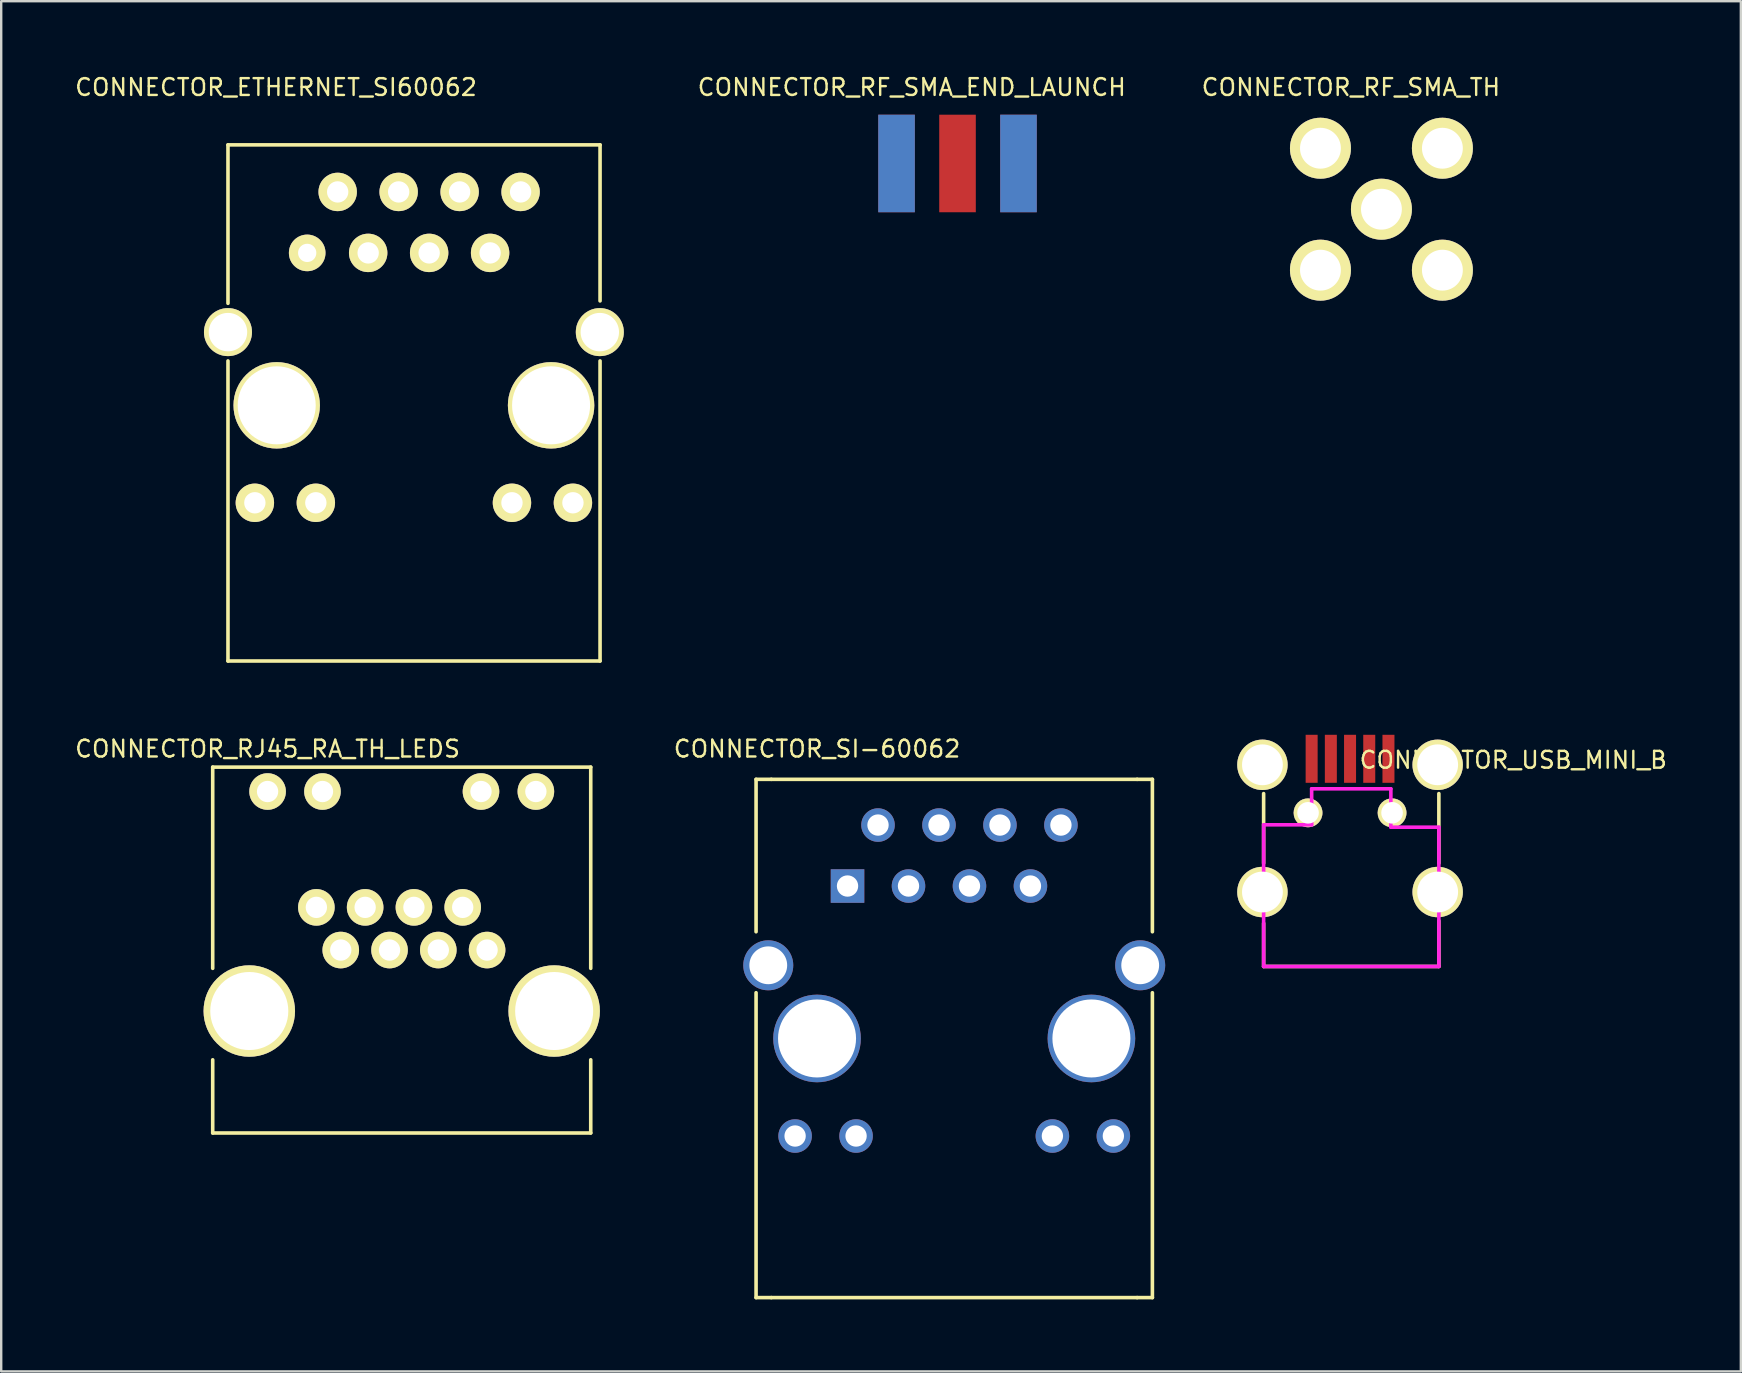
<source format=kicad_pcb>
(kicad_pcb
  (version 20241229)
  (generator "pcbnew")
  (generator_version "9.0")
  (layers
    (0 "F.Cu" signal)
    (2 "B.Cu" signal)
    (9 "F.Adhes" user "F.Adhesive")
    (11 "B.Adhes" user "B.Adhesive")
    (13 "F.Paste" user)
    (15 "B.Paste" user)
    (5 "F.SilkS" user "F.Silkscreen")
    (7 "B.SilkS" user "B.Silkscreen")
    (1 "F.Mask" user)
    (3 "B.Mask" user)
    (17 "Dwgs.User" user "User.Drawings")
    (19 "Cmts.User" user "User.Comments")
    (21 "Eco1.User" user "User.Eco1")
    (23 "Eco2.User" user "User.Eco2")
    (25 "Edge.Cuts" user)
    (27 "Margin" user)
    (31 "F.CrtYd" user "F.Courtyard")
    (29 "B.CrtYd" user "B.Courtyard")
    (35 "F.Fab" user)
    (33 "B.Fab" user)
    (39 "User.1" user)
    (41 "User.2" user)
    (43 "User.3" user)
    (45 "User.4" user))
  (footprint "CONNECTOR_RF_SMA_END_LAUNCH"
    (layer "F.Cu")
    (at 36.838 3.76)
    (property "Reference" "CONNECTOR_RF_SMA_END_LAUNCH" (at -1.905 -3.175 0) (layer "F.SilkS") (effects (font (size 0.7 0.7) (thickness 0.1))))
    (attr through_hole)
    (pad "1" smd rect (at 0 0) (size 1.524 4.064) (layers "F.Cu" "F.Mask" "F.Paste"))
    (pad "2" smd rect (at -2.54 0) (size 1.524 4.064) (layers "F.Cu" "F.Mask" "F.Paste"))
    (pad "3" smd rect (at 2.54 0) (size 1.524 4.064) (layers "F.Cu" "F.Mask" "F.Paste"))
    (pad "4" smd rect (at 2.54 0) (size 1.524 4.064) (layers "F.Mask" "B.Cu" "F.Paste"))
    (pad "5" smd rect (at -2.54 0) (size 1.524 4.064) (layers "F.Mask" "B.Cu" "F.Paste")))
  (footprint "CONNECTOR_USB_MINI_B"
    (layer "F.Cu")
    (at 53.19 30.81)
    (property "Reference" "CONNECTOR_USB_MINI_B" (at 6.8 -2.2 0) (layer "F.SilkS") (effects (font (size 0.7 0.7) (thickness 0.1))))
    (attr through_hole)
    (fp_line (start -3.6 2.1) (end -3.6 -0.8) (stroke (width 0.15) (type solid)) (layer "F.SilkS"))
    (fp_line (start -3.6 4.6) (end -3.6 6.4) (stroke (width 0.15) (type solid)) (layer "F.SilkS"))
    (fp_line (start -3.6 6.4) (end 3.7 6.4) (stroke (width 0.15) (type solid)) (layer "F.SilkS"))
    (fp_line (start 3.7 2.1) (end 3.7 -0.8) (stroke (width 0.15) (type solid)) (layer "F.SilkS"))
    (fp_line (start 3.7 6.4) (end 3.7 4.5) (stroke (width 0.15) (type solid)) (layer "F.SilkS"))
    (fp_line (start -3.6 0.5) (end -3.6 6.4) (stroke (width 0.15) (type solid)) (layer "F.CrtYd"))
    (fp_line (start -3.6 6.4) (end 3.7 6.4) (stroke (width 0.15) (type solid)) (layer "F.CrtYd"))
    (fp_line (start -1.6 -1) (end -1.6 0.5) (stroke (width 0.15) (type solid)) (layer "F.CrtYd"))
    (fp_line (start -1.6 0.5) (end -3.6 0.5) (stroke (width 0.15) (type solid)) (layer "F.CrtYd"))
    (fp_line (start 1.7 -1) (end -1.6 -1) (stroke (width 0.15) (type solid)) (layer "F.CrtYd"))
    (fp_line (start 1.7 0.6) (end 1.7 -1) (stroke (width 0.15) (type solid)) (layer "F.CrtYd"))
    (fp_line (start 3.7 0.6) (end 1.7 0.6) (stroke (width 0.15) (type solid)) (layer "F.CrtYd"))
    (fp_line (start 3.7 0.6) (end 3.7 6.4) (stroke (width 0.15) (type solid)) (layer "F.CrtYd"))
    (pad "1" smd rect (at -1.6 -2.25) (size 0.5 2) (layers "F.Cu" "F.Mask" "F.Paste"))
    (pad "2" smd rect (at -0.8 -2.25) (size 0.5 2) (layers "F.Cu" "F.Mask" "F.Paste"))
    (pad "3" smd rect (at 0 -2.25) (size 0.5 2) (layers "F.Cu" "F.Mask" "F.Paste"))
    (pad "4" smd rect (at 0.8 -2.25) (size 0.5 2) (layers "F.Cu" "F.Mask" "F.Paste"))
    (pad "5" smd rect (at 1.6 -2.25) (size 0.5 2) (layers "F.Cu" "F.Mask" "F.Paste"))
    (pad "6" thru_hole circle (at -3.65 -2) (size 2.1 2.1) (drill 1.7) (layers "*.Cu" "*.Mask" "F.SilkS"))
    (pad "7" thru_hole circle (at 3.65 -2) (size 2.1 2.1) (drill 1.7) (layers "*.Cu" "*.Mask" "F.SilkS"))
    (pad "8" thru_hole circle (at -3.65 3.3) (size 2.1 2.1) (drill 1.7) (layers "*.Cu" "*.Mask" "F.SilkS"))
    (pad "9" thru_hole circle (at 3.65 3.3) (size 2.1 2.1) (drill 1.7) (layers "*.Cu" "*.Mask" "F.SilkS"))
    (pad "10" thru_hole circle (at -1.75 0) (size 1.2 1.2) (drill 0.9) (layers "*.Cu" "*.Mask" "F.SilkS"))
    (pad "11" thru_hole circle (at 1.75 0) (size 1.2 1.2) (drill 0.9) (layers "*.Cu" "*.Mask" "F.SilkS")))
  (footprint "CONNECTOR_RJ45_RA_TH_LEDS"
    (layer "F.Cu")
    (at 13.685 29.923)
    (property "Reference" "CONNECTOR_RJ45_RA_TH_LEDS" (at -5.588 -1.778 0) (layer "F.SilkS") (effects (font (size 0.7 0.7) (thickness 0.1))))
    (attr through_hole)
    (fp_line (start -7.874 -1.016) (end -7.874 7.366) (stroke (width 0.15) (type solid)) (layer "F.SilkS"))
    (fp_line (start -7.874 11.176) (end -7.874 14.224) (stroke (width 0.15) (type solid)) (layer "F.SilkS"))
    (fp_line (start -7.874 14.224) (end 7.874 14.224) (stroke (width 0.15) (type solid)) (layer "F.SilkS"))
    (fp_line (start 7.874 -1.016) (end -7.874 -1.016) (stroke (width 0.15) (type solid)) (layer "F.SilkS"))
    (fp_line (start 7.874 -1.016) (end 7.874 7.366) (stroke (width 0.15) (type solid)) (layer "F.SilkS"))
    (fp_line (start 7.874 14.224) (end 7.874 11.176) (stroke (width 0.15) (type solid)) (layer "F.SilkS"))
    (pad "1" thru_hole circle (at 3.556 6.604) (size 1.524 1.524) (drill 0.889) (layers "*.Cu" "*.Mask" "F.SilkS"))
    (pad "2" thru_hole circle (at 2.54 4.826) (size 1.524 1.524) (drill 0.889) (layers "*.Cu" "*.Mask" "F.SilkS"))
    (pad "3" thru_hole circle (at 1.524 6.604) (size 1.524 1.524) (drill 0.889) (layers "*.Cu" "*.Mask" "F.SilkS"))
    (pad "4" thru_hole circle (at 0.508 4.826) (size 1.524 1.524) (drill 0.889) (layers "*.Cu" "*.Mask" "F.SilkS"))
    (pad "5" thru_hole circle (at -0.508 6.604) (size 1.524 1.524) (drill 0.889) (layers "*.Cu" "*.Mask" "F.SilkS"))
    (pad "6" thru_hole circle (at -1.524 4.826) (size 1.524 1.524) (drill 0.889) (layers "*.Cu" "*.Mask" "F.SilkS"))
    (pad "7" thru_hole circle (at -2.54 6.604) (size 1.524 1.524) (drill 0.889) (layers "*.Cu" "*.Mask" "F.SilkS"))
    (pad "8" thru_hole circle (at -3.556 4.826) (size 1.524 1.524) (drill 0.889) (layers "*.Cu" "*.Mask" "F.SilkS"))
    (pad "9" thru_hole circle (at 5.588 0) (size 1.524 1.524) (drill 0.889) (layers "*.Cu" "*.Mask" "F.SilkS"))
    (pad "10" thru_hole circle (at 3.302 0) (size 1.524 1.524) (drill 0.889) (layers "*.Cu" "*.Mask" "F.SilkS"))
    (pad "11" thru_hole circle (at -3.302 0) (size 1.524 1.524) (drill 0.889) (layers "*.Cu" "*.Mask" "F.SilkS"))
    (pad "12" thru_hole circle (at -5.588 0) (size 1.524 1.524) (drill 0.889) (layers "*.Cu" "*.Mask" "F.SilkS"))
    (pad "17" thru_hole circle (at -6.35 9.144) (size 3.81 3.81) (drill 3.251) (layers "*.Cu" "*.Mask" "F.SilkS"))
    (pad "A" thru_hole circle (at 6.35 9.144) (size 3.81 3.81) (drill 3.251) (layers "*.Cu" "*.Mask" "F.SilkS")))
  (footprint "CONNECTOR_SI-60062"
    (layer "F.Cu")
    (at 30.986 40.21)
    (property "Reference" "CONNECTOR_SI-60062" (at 0 -12.065 0) (layer "F.SilkS") (effects (font (size 0.7 0.7) (thickness 0.1))))
    (attr through_hole)
    (fp_line (start -2.54 -10.795) (end -1.905 -10.795) (stroke (width 0.15) (type solid)) (layer "F.SilkS"))
    (fp_line (start -2.54 -4.445) (end -2.54 -10.795) (stroke (width 0.15) (type solid)) (layer "F.SilkS"))
    (fp_line (start -2.54 -1.905) (end -2.54 10.795) (stroke (width 0.15) (type solid)) (layer "F.SilkS"))
    (fp_line (start -2.54 10.795) (end -1.905 10.795) (stroke (width 0.15) (type solid)) (layer "F.SilkS"))
    (fp_line (start -1.905 -10.795) (end 13.335 -10.795) (stroke (width 0.15) (type solid)) (layer "F.SilkS"))
    (fp_line (start 13.335 10.795) (end -1.905 10.795) (stroke (width 0.15) (type solid)) (layer "F.SilkS"))
    (fp_line (start 13.97 -10.795) (end 13.335 -10.795) (stroke (width 0.15) (type solid)) (layer "F.SilkS"))
    (fp_line (start 13.97 -4.445) (end 13.97 -10.795) (stroke (width 0.15) (type solid)) (layer "F.SilkS"))
    (fp_line (start 13.97 -1.905) (end 13.97 10.795) (stroke (width 0.15) (type solid)) (layer "F.SilkS"))
    (fp_line (start 13.97 10.795) (end 13.335 10.795) (stroke (width 0.15) (type solid)) (layer "F.SilkS"))
    (pad "1" thru_hole rect (at 1.27 -6.35) (size 1.397 1.397) (drill 0.889) (layers "*.Cu" "*.Mask"))
    (pad "2" thru_hole circle (at 2.54 -8.89) (size 1.397 1.397) (drill 0.889) (layers "*.Cu" "*.Mask"))
    (pad "3" thru_hole circle (at 3.81 -6.35) (size 1.397 1.397) (drill 0.889) (layers "*.Cu" "*.Mask"))
    (pad "4" thru_hole circle (at 5.08 -8.89) (size 1.397 1.397) (drill 0.889) (layers "*.Cu" "*.Mask"))
    (pad "5" thru_hole circle (at 6.35 -6.35) (size 1.397 1.397) (drill 0.889) (layers "*.Cu" "*.Mask"))
    (pad "6" thru_hole circle (at 7.62 -8.89) (size 1.397 1.397) (drill 0.889) (layers "*.Cu" "*.Mask"))
    (pad "7" thru_hole circle (at 8.89 -6.35) (size 1.397 1.397) (drill 0.889) (layers "*.Cu" "*.Mask"))
    (pad "8" thru_hole circle (at 10.16 -8.89) (size 1.397 1.397) (drill 0.889) (layers "*.Cu" "*.Mask"))
    (pad "9" thru_hole circle (at 12.344 4.064) (size 1.397 1.397) (drill 0.889) (layers "*.Cu" "*.Mask"))
    (pad "10" thru_hole circle (at 9.804 4.064) (size 1.397 1.397) (drill 0.889) (layers "*.Cu" "*.Mask"))
    (pad "11" thru_hole circle (at 1.626 4.064) (size 1.397 1.397) (drill 0.889) (layers "*.Cu" "*.Mask"))
    (pad "12" thru_hole circle (at -0.914 4.064) (size 1.397 1.397) (drill 0.889) (layers "*.Cu" "*.Mask"))
    (pad "A" thru_hole circle (at 0 0) (size 3.65 3.65) (drill 3.25) (layers "*.Cu" "*.Mask"))
    (pad "B" thru_hole circle (at 11.43 0) (size 3.65 3.65) (drill 3.25) (layers "*.Cu" "*.Mask"))
    (pad "B1" thru_hole circle (at 13.462 -3.048) (size 2.083 2.083) (drill 1.575) (layers "*.Cu" "*.Mask"))
    (pad "B2" thru_hole circle (at -2.032 -3.048) (size 2.083 2.083) (drill 1.575) (layers "*.Cu" "*.Mask")))
  (footprint "CONNECTOR_RF_SMA_TH"
    (layer "F.Cu")
    (at 54.497 5.665)
    (property "Reference" "CONNECTOR_RF_SMA_TH" (at -1.27 -5.08 0) (layer "F.SilkS") (effects (font (size 0.7 0.7) (thickness 0.1))))
    (attr through_hole)
    (pad "1" thru_hole circle (at 0 0) (size 2.54 2.54) (drill 1.702) (layers "*.Cu" "*.Mask" "F.SilkS"))
    (pad "2" thru_hole circle (at 2.54 -2.54) (size 2.54 2.54) (drill 1.702) (layers "*.Cu" "*.Mask" "F.SilkS"))
    (pad "3" thru_hole circle (at -2.54 -2.54) (size 2.54 2.54) (drill 1.702) (layers "*.Cu" "*.Mask" "F.SilkS"))
    (pad "4" thru_hole circle (at -2.54 2.54) (size 2.54 2.54) (drill 1.702) (layers "*.Cu" "*.Mask" "F.SilkS"))
    (pad "5" thru_hole circle (at 2.54 2.54) (size 2.54 2.54) (drill 1.702) (layers "*.Cu" "*.Mask" "F.SilkS")))
  (footprint "CONNECTOR_ETHERNET_SI60062"
    (layer "F.Cu")
    (at 9.747 7.485)
    (property "Reference" "CONNECTOR_ETHERNET_SI60062" (at -1.3 -6.9 0) (layer "F.SilkS") (effects (font (size 0.7 0.7) (thickness 0.1))))
    (attr through_hole)
    (fp_line (start -3.3 -4.5) (end -3.3 2.1) (stroke (width 0.15) (type solid)) (layer "F.SilkS"))
    (fp_line (start -3.3 4.5) (end -3.3 17) (stroke (width 0.15) (type solid)) (layer "F.SilkS"))
    (fp_line (start -3.3 17) (end 12.2 17) (stroke (width 0.15) (type solid)) (layer "F.SilkS"))
    (fp_line (start 12.2 -4.5) (end -3.3 -4.5) (stroke (width 0.15) (type solid)) (layer "F.SilkS"))
    (fp_line (start 12.2 2) (end 12.2 -4.5) (stroke (width 0.15) (type solid)) (layer "F.SilkS"))
    (fp_line (start 12.2 17) (end 12.2 4.5) (stroke (width 0.15) (type solid)) (layer "F.SilkS"))
    (pad "1" thru_hole circle (at 0 0) (size 1.524 1.524) (drill 0.762) (layers "*.Cu" "*.Mask" "F.SilkS"))
    (pad "2" thru_hole circle (at 1.27 -2.54) (size 1.6 1.6) (drill 0.89) (layers "*.Cu" "*.Mask" "F.SilkS"))
    (pad "3" thru_hole circle (at 2.54 0) (size 1.6 1.6) (drill 0.89) (layers "*.Cu" "*.Mask" "F.SilkS"))
    (pad "4" thru_hole circle (at 3.81 -2.54) (size 1.6 1.6) (drill 0.89) (layers "*.Cu" "*.Mask" "F.SilkS"))
    (pad "5" thru_hole circle (at 5.08 0) (size 1.6 1.6) (drill 0.89) (layers "*.Cu" "*.Mask" "F.SilkS"))
    (pad "6" thru_hole circle (at 6.35 -2.54) (size 1.6 1.6) (drill 0.89) (layers "*.Cu" "*.Mask" "F.SilkS"))
    (pad "7" thru_hole circle (at 7.62 0) (size 1.6 1.6) (drill 0.89) (layers "*.Cu" "*.Mask" "F.SilkS"))
    (pad "8" thru_hole circle (at 8.89 -2.54) (size 1.6 1.6) (drill 0.89) (layers "*.Cu" "*.Mask" "F.SilkS"))
    (pad "9" thru_hole circle (at -2.18 10.41) (size 1.6 1.6) (drill 0.89) (layers "*.Cu" "*.Mask" "F.SilkS"))
    (pad "10" thru_hole circle (at 0.36 10.41) (size 1.6 1.6) (drill 0.89) (layers "*.Cu" "*.Mask" "F.SilkS"))
    (pad "11" thru_hole circle (at 8.53 10.41) (size 1.6 1.6) (drill 0.89) (layers "*.Cu" "*.Mask" "F.SilkS"))
    (pad "12" thru_hole circle (at 11.07 10.41) (size 1.6 1.6) (drill 0.89) (layers "*.Cu" "*.Mask" "F.SilkS"))
    (pad "13" thru_hole circle (at -1.27 6.35) (size 3.6 3.6) (drill 3.25) (layers "*.Cu" "*.Mask" "F.SilkS"))
    (pad "14" thru_hole circle (at 10.16 6.35) (size 3.6 3.6) (drill 3.25) (layers "*.Cu" "*.Mask" "F.SilkS"))
    (pad "15" thru_hole circle (at -3.3 3.3) (size 2 2) (drill 1.6) (layers "*.Cu" "*.Mask" "F.SilkS"))
    (pad "16" thru_hole circle (at 12.19 3.3) (size 2 2) (drill 1.6) (layers "*.Cu" "*.Mask" "F.SilkS")))
  (gr_rect
    (start -3 -3)
    (end 69.47 54.08)
    (stroke (width 0.1) (type default))
    (fill no)
    (layer "Edge.Cuts")))
</source>
